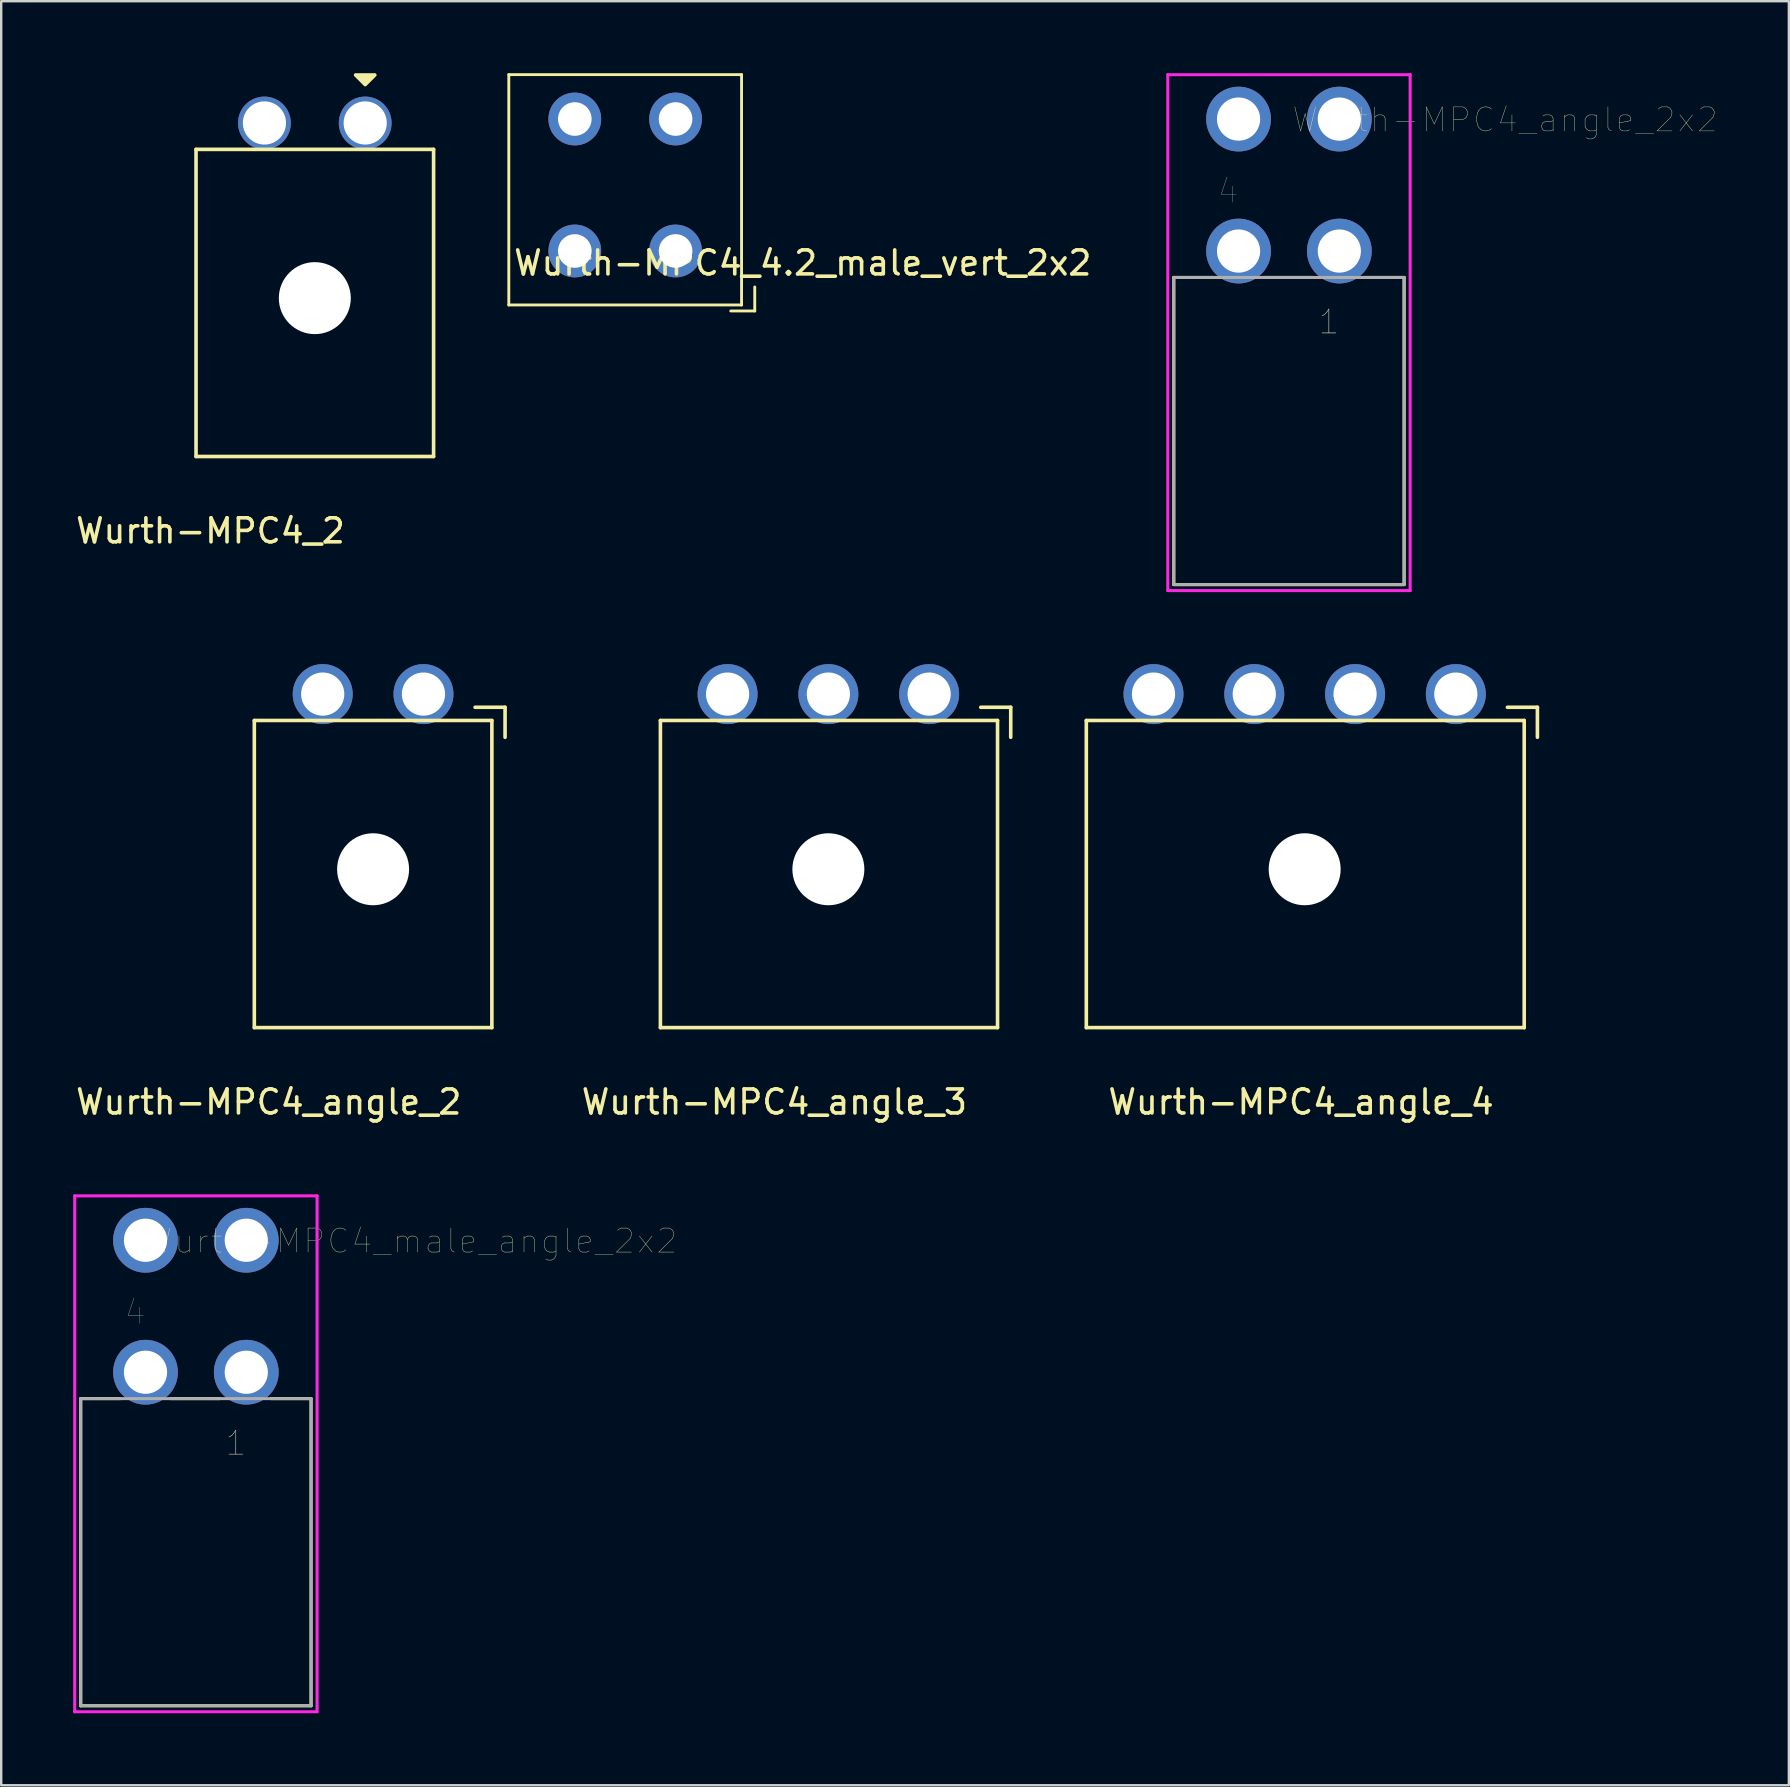
<source format=kicad_pcb>
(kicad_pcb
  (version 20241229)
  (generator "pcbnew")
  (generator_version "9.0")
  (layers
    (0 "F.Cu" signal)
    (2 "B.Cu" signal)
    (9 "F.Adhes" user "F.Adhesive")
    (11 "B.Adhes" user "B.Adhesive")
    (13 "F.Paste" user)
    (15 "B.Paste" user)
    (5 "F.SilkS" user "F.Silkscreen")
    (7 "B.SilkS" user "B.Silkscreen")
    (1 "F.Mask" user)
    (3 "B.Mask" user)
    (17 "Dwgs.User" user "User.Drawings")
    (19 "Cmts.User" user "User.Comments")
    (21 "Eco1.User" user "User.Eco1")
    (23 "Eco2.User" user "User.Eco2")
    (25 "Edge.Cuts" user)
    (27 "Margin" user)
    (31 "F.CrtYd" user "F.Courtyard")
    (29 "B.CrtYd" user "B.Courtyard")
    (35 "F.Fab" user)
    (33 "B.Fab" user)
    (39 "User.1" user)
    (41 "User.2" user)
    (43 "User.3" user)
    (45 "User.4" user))
  (footprint "Wurth-MPC4_2"
    (layer "F.Cu")
    (at 10.07 9.375)
    (property "Reference" "Wurth-MPC4_2" (at -4.35 9.7 0) (layer "F.SilkS") (effects (font (size 1 1) (thickness 0.15))))
    (attr through_hole)
    (fp_line (start -4.95 6.6) (end -4.95 -6.2) (stroke (width 0.15) (type solid)) (layer "F.SilkS"))
    (fp_line (start -4.95 6.6) (end 4.95 6.6) (stroke (width 0.15) (type solid)) (layer "F.SilkS"))
    (fp_line (start 4.95 -6.2) (end -4.95 -6.2) (stroke (width 0.15) (type solid)) (layer "F.SilkS"))
    (fp_line (start 4.95 6.6) (end 4.95 -6.2) (stroke (width 0.15) (type solid)) (layer "F.SilkS"))
    (fp_poly (pts (xy 2.1 -8.9) (xy 1.7 -9.3) (xy 2.5 -9.3)) (stroke (width 0.15) (type solid)) (fill yes) (layer "F.SilkS"))
    (pad "" np_thru_hole circle (at 0 0) (size 3 3) (drill 3) (layers "*.Cu" "*.Mask"))
    (pad "1" thru_hole circle (at 2.1 -7.3) (size 2.2 2.2) (drill 1.8) (layers "*.Cu" "*.Mask"))
    (pad "2" thru_hole circle (at -2.1 -7.3) (size 2.2 2.2) (drill 1.8) (layers "*.Cu" "*.Mask")))
  (footprint "Wurth-MPC4_angle_2x2"
    (layer "F.Cu")
    (at 50.668 4.663)
    (property "Reference" "Wurth-MPC4_angle_2x2" (at 9.008 -2.72 0) (layer "F.SilkS") (effects (font (size 1 1) (thickness 0.015))))
    (attr through_hole)
    (fp_line (start -4.8 3.85) (end -3.15 3.85) (stroke (width 0.127) (type solid)) (layer "F.SilkS"))
    (fp_line (start -4.8 16.65) (end -4.8 3.85) (stroke (width 0.127) (type solid)) (layer "F.SilkS"))
    (fp_line (start -1.05 3.85) (end 1 3.85) (stroke (width 0.127) (type solid)) (layer "F.SilkS"))
    (fp_line (start 3.15 3.85) (end 4.8 3.85) (stroke (width 0.127) (type solid)) (layer "F.SilkS"))
    (fp_line (start 4.8 3.85) (end 4.8 16.65) (stroke (width 0.127) (type solid)) (layer "F.SilkS"))
    (fp_line (start 4.8 16.65) (end -4.8 16.65) (stroke (width 0.127) (type solid)) (layer "F.SilkS"))
    (fp_line (start -5.05 -4.6) (end 5.05 -4.6) (stroke (width 0.127) (type solid)) (layer "F.CrtYd"))
    (fp_line (start -5.05 16.9) (end -5.05 -4.6) (stroke (width 0.127) (type solid)) (layer "F.CrtYd"))
    (fp_line (start 5.05 -4.6) (end 5.05 16.9) (stroke (width 0.127) (type solid)) (layer "F.CrtYd"))
    (fp_line (start 5.05 16.9) (end -5.05 16.9) (stroke (width 0.127) (type solid)) (layer "F.CrtYd"))
    (fp_line (start -4.8 3.85) (end 4.8 3.85) (stroke (width 0.127) (type solid)) (layer "F.Fab"))
    (fp_line (start -4.8 16.65) (end -4.8 3.85) (stroke (width 0.127) (type solid)) (layer "F.Fab"))
    (fp_line (start 4.8 3.85) (end 4.8 16.65) (stroke (width 0.127) (type solid)) (layer "F.Fab"))
    (fp_line (start 4.8 16.65) (end -4.8 16.65) (stroke (width 0.127) (type solid)) (layer "F.Fab"))
    (fp_text user "1" (at 1.665 5.7 0) (layer "F.SilkS") (effects (font (size 1 1) (thickness 0.015))))
    (fp_text user "4" (at -2.535 0.25 0) (layer "F.Fab") (effects (font (size 1 1) (thickness 0.015))))
    (fp_text user "1" (at 1.665 5.7 0) (layer "F.Fab") (effects (font (size 1 1) (thickness 0.015))))
    (pad "1" thru_hole circle (at 2.1 2.75) (size 2.7 2.7) (drill 1.8) (layers "*.Cu" "*.Mask"))
    (pad "2" thru_hole circle (at -2.1 2.75) (size 2.7 2.7) (drill 1.8) (layers "*.Cu" "*.Mask"))
    (pad "3" thru_hole circle (at 2.1 -2.75) (size 2.7 2.7) (drill 1.8) (layers "*.Cu" "*.Mask"))
    (pad "4" thru_hole circle (at -2.1 -2.75) (size 2.7 2.7) (drill 1.8) (layers "*.Cu" "*.Mask")))
  (footprint "Wurth-MPC4_4.2_male_vert_2x2"
    (layer "F.Cu")
    (at 20.905 1.91)
    (property "Reference" "Wurth-MPC4_4.2_male_vert_2x2" (at 9.5 6 0) (layer "F.SilkS") (effects (font (size 1 1) (thickness 0.15))))
    (attr through_hole)
    (fp_line (start -2.75 -1.85) (end -2.75 7.75) (stroke (width 0.12) (type solid)) (layer "F.SilkS"))
    (fp_line (start -2.75 -1.85) (end 6.95 -1.85) (stroke (width 0.12) (type solid)) (layer "F.SilkS"))
    (fp_line (start -2.75 7.75) (end 6.95 7.75) (stroke (width 0.12) (type solid)) (layer "F.SilkS"))
    (fp_line (start 6.95 -1.85) (end 6.95 7.75) (stroke (width 0.12) (type solid)) (layer "F.SilkS"))
    (fp_line (start 7.5 7) (end 7.5 8) (stroke (width 0.12) (type solid)) (layer "F.SilkS"))
    (fp_line (start 7.5 8) (end 6.5 8) (stroke (width 0.12) (type solid)) (layer "F.SilkS"))
    (pad "1" thru_hole circle (at 4.2 5.5) (size 2.2 2.2) (drill 1.4) (layers "*.Cu" "*.Mask"))
    (pad "2" thru_hole circle (at 0 5.5) (size 2.2 2.2) (drill 1.4) (layers "*.Cu" "*.Mask"))
    (pad "3" thru_hole circle (at 4.2 0) (size 2.2 2.2) (drill 1.4) (layers "*.Cu" "*.Mask"))
    (pad "4" thru_hole circle (at 0 0) (size 2.2 2.2) (drill 1.4) (layers "*.Cu" "*.Mask")))
  (footprint "Wurth-MPC4_angle_4"
    (layer "F.Cu")
    (at 57.623 25.877)
    (property "Reference" "Wurth-MPC4_angle_4" (at -6.45 17 0) (layer "F.SilkS") (effects (font (size 1 1) (thickness 0.15))))
    (attr through_hole)
    (fp_line (start -15.4 13.9) (end -15.4 1.1) (stroke (width 0.15) (type solid)) (layer "F.SilkS"))
    (fp_line (start -15.4 13.9) (end 2.85 13.9) (stroke (width 0.15) (type solid)) (layer "F.SilkS"))
    (fp_line (start 2.15 0.55) (end 3.4 0.55) (stroke (width 0.15) (type solid)) (layer "F.SilkS"))
    (fp_line (start 2.85 1.1) (end -15.4 1.1) (stroke (width 0.15) (type solid)) (layer "F.SilkS"))
    (fp_line (start 2.85 13.9) (end 2.85 1.1) (stroke (width 0.15) (type solid)) (layer "F.SilkS"))
    (fp_line (start 3.4 0.55) (end 3.4 1.8) (stroke (width 0.15) (type solid)) (layer "F.SilkS"))
    (pad "" np_thru_hole circle (at -6.3 7.3) (size 3 3) (drill 3) (layers "*.Cu" "*.Mask"))
    (pad "1" thru_hole circle (at 0 0) (size 2.5 2.5) (drill 1.8) (layers "*.Cu" "*.Mask"))
    (pad "2" thru_hole circle (at -4.2 0) (size 2.5 2.5) (drill 1.8) (layers "*.Cu" "*.Mask"))
    (pad "3" thru_hole circle (at -8.4 0) (size 2.5 2.5) (drill 1.8) (layers "*.Cu" "*.Mask"))
    (pad "4" thru_hole circle (at -12.6 0) (size 2.5 2.5) (drill 1.8) (layers "*.Cu" "*.Mask")))
  (footprint "Wurth-MPC4_angle_2"
    (layer "F.Cu")
    (at 12.499 33.177)
    (property "Reference" "Wurth-MPC4_angle_2" (at -4.35 9.7 0) (layer "F.SilkS") (effects (font (size 1 1) (thickness 0.15))))
    (attr through_hole)
    (fp_line (start -4.95 6.6) (end -4.95 -6.2) (stroke (width 0.15) (type solid)) (layer "F.SilkS"))
    (fp_line (start -4.95 6.6) (end 4.95 6.6) (stroke (width 0.15) (type solid)) (layer "F.SilkS"))
    (fp_line (start 4.25 -6.75) (end 5.5 -6.75) (stroke (width 0.15) (type solid)) (layer "F.SilkS"))
    (fp_line (start 4.95 -6.2) (end -4.95 -6.2) (stroke (width 0.15) (type solid)) (layer "F.SilkS"))
    (fp_line (start 4.95 6.6) (end 4.95 -6.2) (stroke (width 0.15) (type solid)) (layer "F.SilkS"))
    (fp_line (start 5.5 -6.75) (end 5.5 -5.5) (stroke (width 0.15) (type solid)) (layer "F.SilkS"))
    (pad "" np_thru_hole circle (at 0 0) (size 3 3) (drill 3) (layers "*.Cu" "*.Mask"))
    (pad "1" thru_hole circle (at 2.1 -7.3) (size 2.5 2.5) (drill 1.8) (layers "*.Cu" "*.Mask"))
    (pad "2" thru_hole circle (at -2.1 -7.3) (size 2.5 2.5) (drill 1.8) (layers "*.Cu" "*.Mask")))
  (footprint "Wurth-MPC4_angle_3"
    (layer "F.Cu")
    (at 35.673 25.877)
    (property "Reference" "Wurth-MPC4_angle_3" (at -6.45 17 0) (layer "F.SilkS") (effects (font (size 1 1) (thickness 0.15))))
    (attr through_hole)
    (fp_line (start -11.2 13.9) (end -11.2 1.1) (stroke (width 0.15) (type solid)) (layer "F.SilkS"))
    (fp_line (start -11.2 13.9) (end 2.85 13.9) (stroke (width 0.15) (type solid)) (layer "F.SilkS"))
    (fp_line (start 2.15 0.55) (end 3.4 0.55) (stroke (width 0.15) (type solid)) (layer "F.SilkS"))
    (fp_line (start 2.85 1.1) (end -11.2 1.1) (stroke (width 0.15) (type solid)) (layer "F.SilkS"))
    (fp_line (start 2.85 13.9) (end 2.85 1.1) (stroke (width 0.15) (type solid)) (layer "F.SilkS"))
    (fp_line (start 3.4 0.55) (end 3.4 1.8) (stroke (width 0.15) (type solid)) (layer "F.SilkS"))
    (pad "" np_thru_hole circle (at -4.2 7.3) (size 3 3) (drill 3) (layers "*.Cu" "*.Mask"))
    (pad "1" thru_hole circle (at 0 0) (size 2.5 2.5) (drill 1.8) (layers "*.Cu" "*.Mask"))
    (pad "2" thru_hole circle (at -4.2 0) (size 2.5 2.5) (drill 1.8) (layers "*.Cu" "*.Mask"))
    (pad "3" thru_hole circle (at -8.4 0) (size 2.5 2.5) (drill 1.8) (layers "*.Cu" "*.Mask")))
  (footprint "Wurth-MPC4_male_angle_2x2"
    (layer "F.Cu")
    (at 5.114 51.389)
    (property "Reference" "Wurth-MPC4_male_angle_2x2" (at 9.008 -2.72 0) (layer "F.SilkS") (effects (font (size 1 1) (thickness 0.015))))
    (attr through_hole)
    (fp_line (start -4.8 3.85) (end -3.15 3.85) (stroke (width 0.127) (type solid)) (layer "F.SilkS"))
    (fp_line (start -4.8 16.65) (end -4.8 3.85) (stroke (width 0.127) (type solid)) (layer "F.SilkS"))
    (fp_line (start -1.05 3.85) (end 1 3.85) (stroke (width 0.127) (type solid)) (layer "F.SilkS"))
    (fp_line (start 3.15 3.85) (end 4.8 3.85) (stroke (width 0.127) (type solid)) (layer "F.SilkS"))
    (fp_line (start 4.8 3.85) (end 4.8 16.65) (stroke (width 0.127) (type solid)) (layer "F.SilkS"))
    (fp_line (start 4.8 16.65) (end -4.8 16.65) (stroke (width 0.127) (type solid)) (layer "F.SilkS"))
    (fp_line (start -5.05 -4.6) (end 5.05 -4.6) (stroke (width 0.127) (type solid)) (layer "F.CrtYd"))
    (fp_line (start -5.05 16.9) (end -5.05 -4.6) (stroke (width 0.127) (type solid)) (layer "F.CrtYd"))
    (fp_line (start 5.05 -4.6) (end 5.05 16.9) (stroke (width 0.127) (type solid)) (layer "F.CrtYd"))
    (fp_line (start 5.05 16.9) (end -5.05 16.9) (stroke (width 0.127) (type solid)) (layer "F.CrtYd"))
    (fp_line (start -4.8 3.85) (end 4.8 3.85) (stroke (width 0.127) (type solid)) (layer "F.Fab"))
    (fp_line (start -4.8 16.65) (end -4.8 3.85) (stroke (width 0.127) (type solid)) (layer "F.Fab"))
    (fp_line (start 4.8 3.85) (end 4.8 16.65) (stroke (width 0.127) (type solid)) (layer "F.Fab"))
    (fp_line (start 4.8 16.65) (end -4.8 16.65) (stroke (width 0.127) (type solid)) (layer "F.Fab"))
    (fp_text user "1" (at 1.665 5.7 0) (layer "F.SilkS") (effects (font (size 1 1) (thickness 0.015))))
    (fp_text user "1" (at 1.665 5.7 0) (layer "F.Fab") (effects (font (size 1 1) (thickness 0.015))))
    (fp_text user "4" (at -2.535 0.25 0) (layer "F.Fab") (effects (font (size 1 1) (thickness 0.015))))
    (pad "1" thru_hole circle (at 2.1 2.75) (size 2.7 2.7) (drill 1.8) (layers "*.Cu" "*.Mask"))
    (pad "2" thru_hole circle (at -2.1 2.75) (size 2.7 2.7) (drill 1.8) (layers "*.Cu" "*.Mask"))
    (pad "3" thru_hole circle (at 2.1 -2.75) (size 2.7 2.7) (drill 1.8) (layers "*.Cu" "*.Mask"))
    (pad "4" thru_hole circle (at -2.1 -2.75) (size 2.7 2.7) (drill 1.8) (layers "*.Cu" "*.Mask")))
  (gr_rect
    (start -3 -3)
    (end 71.502 71.352)
    (stroke (width 0.1) (type default))
    (fill no)
    (layer "Edge.Cuts")))
</source>
